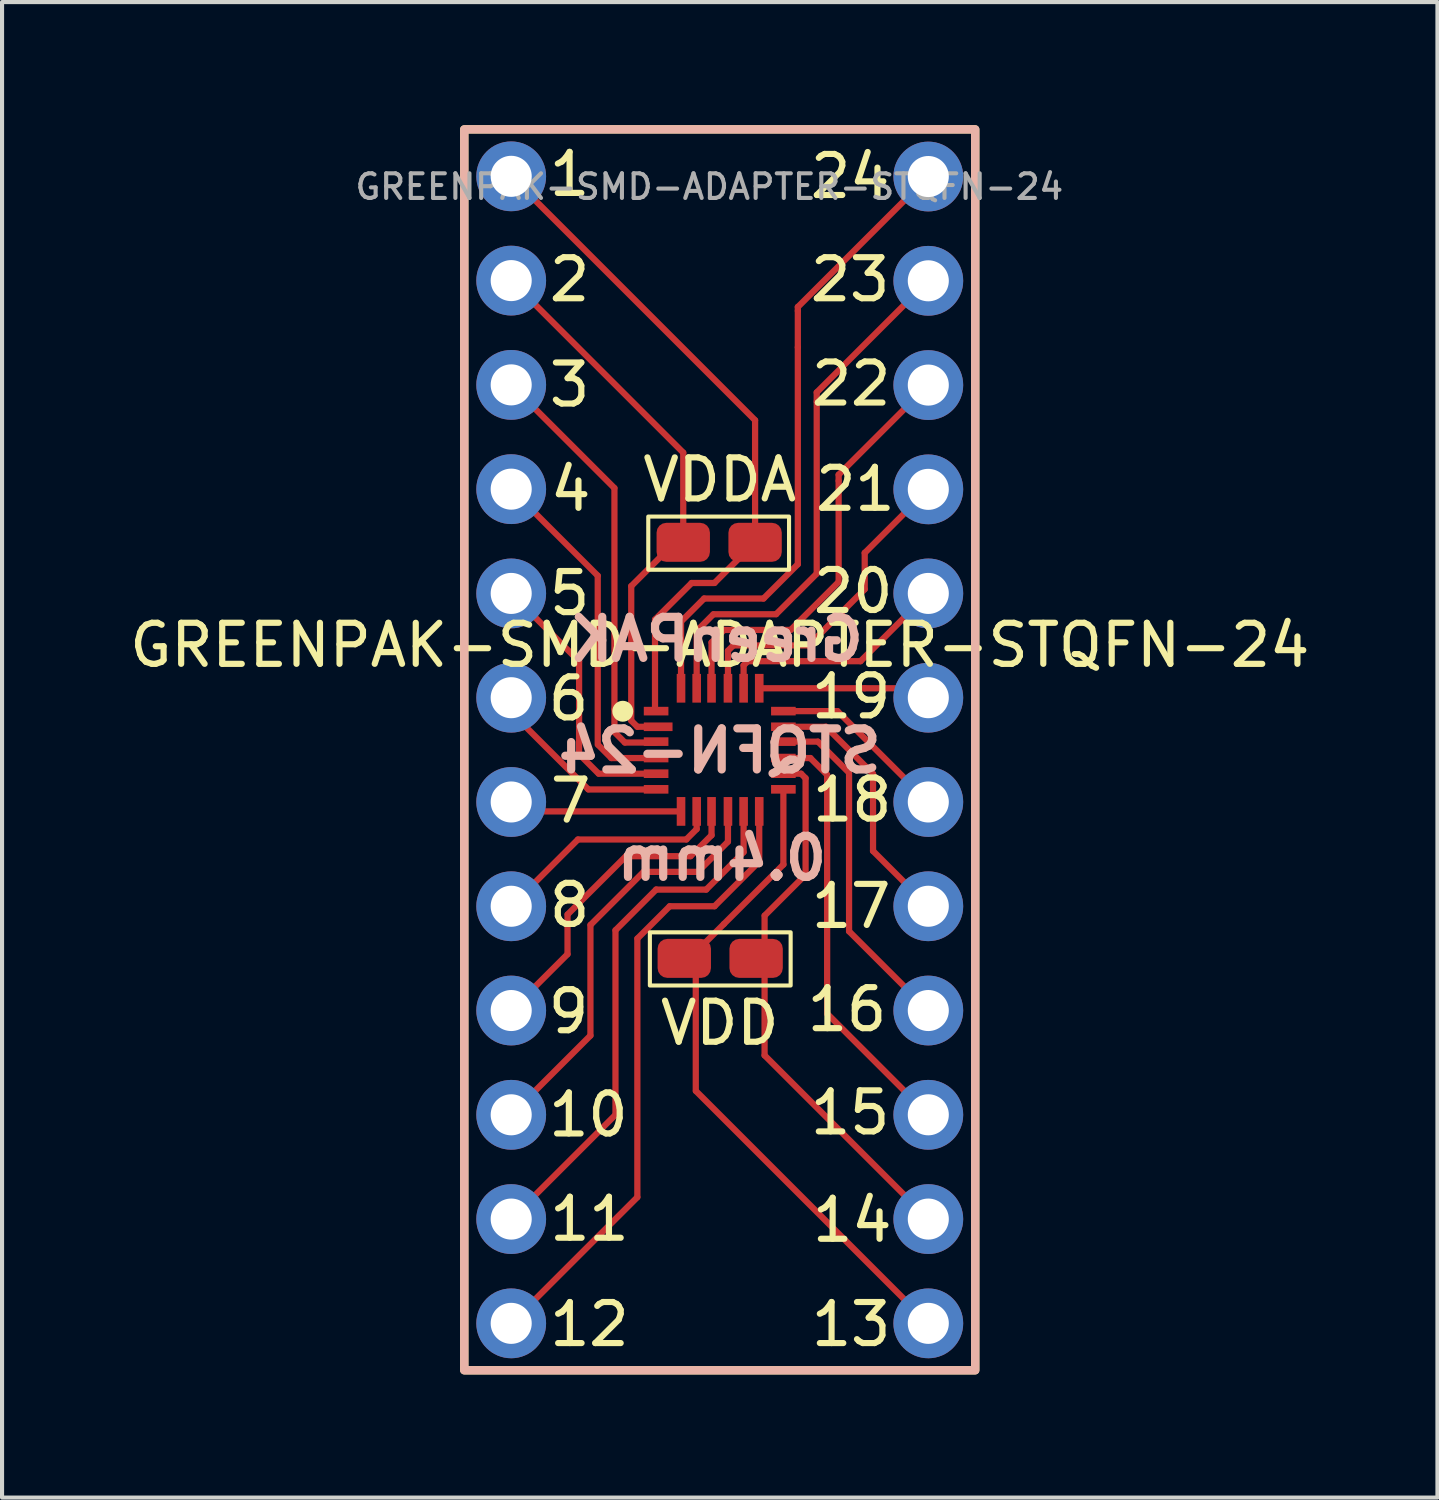
<source format=kicad_pcb>
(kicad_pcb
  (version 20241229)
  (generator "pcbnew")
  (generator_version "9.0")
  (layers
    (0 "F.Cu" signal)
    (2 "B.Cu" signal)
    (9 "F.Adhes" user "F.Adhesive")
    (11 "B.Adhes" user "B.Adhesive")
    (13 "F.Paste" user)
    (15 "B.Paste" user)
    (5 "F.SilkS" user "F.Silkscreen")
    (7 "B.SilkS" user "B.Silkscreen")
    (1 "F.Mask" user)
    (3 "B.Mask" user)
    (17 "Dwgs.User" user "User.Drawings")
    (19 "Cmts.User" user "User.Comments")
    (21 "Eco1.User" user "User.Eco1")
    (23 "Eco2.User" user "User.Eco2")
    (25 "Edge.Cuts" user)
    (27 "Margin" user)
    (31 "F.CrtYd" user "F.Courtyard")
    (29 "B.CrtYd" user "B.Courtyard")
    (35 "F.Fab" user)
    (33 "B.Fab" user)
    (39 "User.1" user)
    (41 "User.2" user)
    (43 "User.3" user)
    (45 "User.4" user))
  (footprint "GREENPAK-SMD-ADAPTER-STQFN-24"
    (layer "F.Cu")
    (at 14.482 15.215)
    (property "Reference" "GREENPAK-SMD-ADAPTER-STQFN-24" (at 0 -2.55 0) (layer "F.SilkS") (effects (font (size 1 1) (thickness 0.15))))
    (attr smd)
    (fp_line (start -5.328 -1.163) (end -3.203 0.962) (stroke (width 0.152) (type default)) (layer "F.Cu"))
    (fp_line (start -5.08 -13.97) (end 0.861 -8.029) (stroke (width 0.152) (type default)) (layer "F.Cu"))
    (fp_line (start -5.08 -11.43) (end -0.889 -7.239) (stroke (width 0.152) (type default)) (layer "F.Cu"))
    (fp_line (start -5.08 -8.89) (end -2.566 -6.376) (stroke (width 0.152) (type default)) (layer "F.Cu"))
    (fp_line (start -5.08 -6.35) (end -2.972 -4.242) (stroke (width 0.152) (type default)) (layer "F.Cu"))
    (fp_line (start -5.08 -3.81) (end -3.427 -2.157) (stroke (width 0.152) (type default)) (layer "F.Cu"))
    (fp_line (start -5.08 3.81) (end -3.454 2.184) (stroke (width 0.152) (type default)) (layer "F.Cu"))
    (fp_line (start -5.08 6.35) (end -3.708 4.978) (stroke (width 0.152) (type default)) (layer "F.Cu"))
    (fp_line (start -5.08 8.89) (end -3.15 6.96) (stroke (width 0.152) (type default)) (layer "F.Cu"))
    (fp_line (start -5.08 11.43) (end -2.54 8.89) (stroke (width 0.152) (type default)) (layer "F.Cu"))
    (fp_line (start -5.08 13.97) (end -2.007 10.897) (stroke (width 0.152) (type default)) (layer "F.Cu"))
    (fp_line (start -3.708 4.013) (end -3.708 4.978) (stroke (width 0.152) (type default)) (layer "F.Cu"))
    (fp_line (start -3.426 0.102) (end -3.426 -2.159) (stroke (width 0.152) (type default)) (layer "F.Cu"))
    (fp_line (start -3.2 0.965) (end -1.55 0.965) (stroke (width 0.152) (type default)) (layer "F.Cu"))
    (fp_line (start -3.15 4.267) (end -3.15 6.96) (stroke (width 0.152) (type default)) (layer "F.Cu"))
    (fp_line (start -2.972 -4.242) (end -2.972 -0.127) (stroke (width 0.152) (type default)) (layer "F.Cu"))
    (fp_line (start -2.951 0.58) (end -3.424 0.106) (stroke (width 0.152) (type default)) (layer "F.Cu"))
    (fp_line (start -2.642 0.2) (end -2.943 -0.102) (stroke (width 0.152) (type default)) (layer "F.Cu"))
    (fp_line (start -2.565 -6.375) (end -2.565 -0.991) (stroke (width 0.152) (type default)) (layer "F.Cu"))
    (fp_line (start -2.565 -0.991) (end -2.565 -0.432) (stroke (width 0.152) (type default)) (layer "F.Cu"))
    (fp_line (start -2.565 -0.432) (end -2.311 -0.178) (stroke (width 0.152) (type default)) (layer "F.Cu"))
    (fp_line (start -2.54 4.394) (end -2.54 8.89) (stroke (width 0.152) (type default)) (layer "F.Cu"))
    (fp_line (start -2.311 -0.178) (end -1.55 -0.178) (stroke (width 0.152) (type default)) (layer "F.Cu"))
    (fp_line (start -2.285 2.59) (end -3.704 4.008) (stroke (width 0.152) (type default)) (layer "F.Cu"))
    (fp_line (start -2.156 -3.988) (end -1.118 -5.026) (stroke (width 0.152) (type default)) (layer "F.Cu"))
    (fp_line (start -2.156 -0.711) (end -2.156 -3.988) (stroke (width 0.152) (type default)) (layer "F.Cu"))
    (fp_line (start -2.007 -0.562) (end -2.156 -0.711) (stroke (width 0.152) (type default)) (layer "F.Cu"))
    (fp_line (start -2.007 4.597) (end -2.007 10.897) (stroke (width 0.152) (type default)) (layer "F.Cu"))
    (fp_line (start -1.855 2.972) (end -3.147 4.264) (stroke (width 0.152) (type default)) (layer "F.Cu"))
    (fp_line (start -1.577 -3.175) (end -1.577 -1.048) (stroke (width 0.152) (type default)) (layer "F.Cu"))
    (fp_line (start -1.55 0.2) (end -2.642 0.2) (stroke (width 0.152) (type default)) (layer "F.Cu"))
    (fp_line (start -1.55 0.581) (end -2.946 0.581) (stroke (width 0.152) (type default)) (layer "F.Cu"))
    (fp_line (start -1.548 3.402) (end -2.539 4.394) (stroke (width 0.152) (type default)) (layer "F.Cu"))
    (fp_line (start -1.5 -0.562) (end -2.007 -0.562) (stroke (width 0.152) (type default)) (layer "F.Cu"))
    (fp_line (start -1.219 3.81) (end -2.004 4.595) (stroke (width 0.152) (type default)) (layer "F.Cu"))
    (fp_line (start -0.943 -3.124) (end -0.381 -3.686) (stroke (width 0.152) (type default)) (layer "F.Cu"))
    (fp_line (start -0.943 -1.5) (end -0.943 -3.124) (stroke (width 0.152) (type default)) (layer "F.Cu"))
    (fp_line (start -0.943 1.5) (end -5.08 1.5) (stroke (width 0.152) (type default)) (layer "F.Cu"))
    (fp_line (start -0.889 -5.055) (end -0.889 -7.239) (stroke (width 0.152) (type default)) (layer "F.Cu"))
    (fp_line (start -0.813 2.184) (end -3.454 2.184) (stroke (width 0.152) (type default)) (layer "F.Cu"))
    (fp_line (start -0.711 2.591) (end -2.286 2.591) (stroke (width 0.152) (type default)) (layer "F.Cu"))
    (fp_line (start -0.686 -4.063) (end -1.574 -3.176) (stroke (width 0.152) (type default)) (layer "F.Cu"))
    (fp_line (start -0.584 5.08) (end -0.584 8.306) (stroke (width 0.152) (type default)) (layer "F.Cu"))
    (fp_line (start -0.562 -2.896) (end -0.158 -3.3) (stroke (width 0.152) (type default)) (layer "F.Cu"))
    (fp_line (start -0.562 -1.5) (end -0.562 -2.896) (stroke (width 0.152) (type default)) (layer "F.Cu"))
    (fp_line (start -0.562 1.5) (end -0.562 1.93) (stroke (width 0.152) (type default)) (layer "F.Cu"))
    (fp_line (start -0.562 1.93) (end -0.813 2.181) (stroke (width 0.152) (type default)) (layer "F.Cu"))
    (fp_line (start -0.533 2.972) (end -1.854 2.972) (stroke (width 0.152) (type default)) (layer "F.Cu"))
    (fp_line (start -0.381 -3.686) (end 1.067 -3.686) (stroke (width 0.152) (type default)) (layer "F.Cu"))
    (fp_line (start -0.33 3.404) (end -1.549 3.404) (stroke (width 0.152) (type default)) (layer "F.Cu"))
    (fp_line (start -0.2 -2.616) (end 0.105 -2.921) (stroke (width 0.152) (type default)) (layer "F.Cu"))
    (fp_line (start -0.2 -1.5) (end -0.2 -2.616) (stroke (width 0.152) (type default)) (layer "F.Cu"))
    (fp_line (start -0.2 1.5) (end -0.2 2.083) (stroke (width 0.152) (type default)) (layer "F.Cu"))
    (fp_line (start -0.199 2.079) (end -0.711 2.59) (stroke (width 0.152) (type default)) (layer "F.Cu"))
    (fp_line (start -0.152 -3.302) (end 1.372 -3.302) (stroke (width 0.152) (type default)) (layer "F.Cu"))
    (fp_line (start -0.127 -4.064) (end -0.686 -4.064) (stroke (width 0.152) (type default)) (layer "F.Cu"))
    (fp_line (start -0.127 3.81) (end -1.219 3.81) (stroke (width 0.152) (type default)) (layer "F.Cu"))
    (fp_line (start 0.101 4.242) (end -0.559 4.902) (stroke (width 0.152) (type default)) (layer "F.Cu"))
    (fp_line (start 0.102 -2.921) (end 1.727 -2.921) (stroke (width 0.152) (type default)) (layer "F.Cu"))
    (fp_line (start 0.197 2.241) (end -0.53 2.968) (stroke (width 0.152) (type default)) (layer "F.Cu"))
    (fp_line (start 0.2 -2.413) (end 0.33 -2.543) (stroke (width 0.152) (type default)) (layer "F.Cu"))
    (fp_line (start 0.2 -1.5) (end 0.2 -2.413) (stroke (width 0.152) (type default)) (layer "F.Cu"))
    (fp_line (start 0.2 1.5) (end 0.2 2.235) (stroke (width 0.152) (type default)) (layer "F.Cu"))
    (fp_line (start 0.33 -2.543) (end 2.159 -2.543) (stroke (width 0.152) (type default)) (layer "F.Cu"))
    (fp_line (start 0.581 2.493) (end -0.33 3.404) (stroke (width 0.152) (type default)) (layer "F.Cu"))
    (fp_line (start 0.581 -2.057) (end 0.681 -2.157) (stroke (width 0.152) (type default)) (layer "F.Cu"))
    (fp_line (start 0.581 -1.5) (end 0.581 -2.057) (stroke (width 0.152) (type default)) (layer "F.Cu"))
    (fp_line (start 0.581 1.5) (end 0.581 2.489) (stroke (width 0.152) (type default)) (layer "F.Cu"))
    (fp_line (start 0.686 -2.159) (end 3.429 -2.159) (stroke (width 0.152) (type default)) (layer "F.Cu"))
    (fp_line (start 0.861 -5.055) (end -0.127 -4.067) (stroke (width 0.152) (type default)) (layer "F.Cu"))
    (fp_line (start 0.861 -5.055) (end 0.861 -8.026) (stroke (width 0.152) (type default)) (layer "F.Cu"))
    (fp_line (start 0.962 -1.5) (end 3.531 -1.5) (stroke (width 0.152) (type default)) (layer "F.Cu"))
    (fp_line (start 0.962 1.5) (end 0.962 2.718) (stroke (width 0.152) (type default)) (layer "F.Cu"))
    (fp_line (start 0.962 2.721) (end -0.126 3.809) (stroke (width 0.152) (type default)) (layer "F.Cu"))
    (fp_line (start 1.067 -3.686) (end 1.902 -4.521) (stroke (width 0.152) (type default)) (layer "F.Cu"))
    (fp_line (start 1.092 4.039) (end 1.092 7.442) (stroke (width 0.152) (type default)) (layer "F.Cu"))
    (fp_line (start 1.095 4.036) (end 2.09 3.041) (stroke (width 0.152) (type default)) (layer "F.Cu"))
    (fp_line (start 1.376 -3.307) (end 2.363 -4.293) (stroke (width 0.152) (type default)) (layer "F.Cu"))
    (fp_line (start 1.55 -0.562) (end 2.591 -0.562) (stroke (width 0.152) (type default)) (layer "F.Cu"))
    (fp_line (start 1.55 -0.2) (end 2.388 -0.2) (stroke (width 0.152) (type default)) (layer "F.Cu"))
    (fp_line (start 1.55 0.2) (end 2.21 0.2) (stroke (width 0.152) (type default)) (layer "F.Cu"))
    (fp_line (start 1.55 0.581) (end 1.981 0.581) (stroke (width 0.152) (type default)) (layer "F.Cu"))
    (fp_line (start 1.55 0.962) (end 1.55 2.794) (stroke (width 0.152) (type default)) (layer "F.Cu"))
    (fp_line (start 1.552 2.792) (end 0.101 4.242) (stroke (width 0.152) (type default)) (layer "F.Cu"))
    (fp_line (start 1.73 -2.923) (end 2.883 -4.077) (stroke (width 0.152) (type default)) (layer "F.Cu"))
    (fp_line (start 1.85 -0.943) (end 2.87 -0.943) (stroke (width 0.152) (type default)) (layer "F.Cu"))
    (fp_line (start 1.902 -10.693) (end 1.902 -10.79) (stroke (width 0.152) (type default)) (layer "F.Cu"))
    (fp_line (start 1.902 -9.804) (end 1.902 -10.693) (stroke (width 0.152) (type default)) (layer "F.Cu"))
    (fp_line (start 1.902 -4.521) (end 1.902 -9.804) (stroke (width 0.152) (type default)) (layer "F.Cu"))
    (fp_line (start 1.981 0.581) (end 2.091 0.691) (stroke (width 0.152) (type default)) (layer "F.Cu"))
    (fp_line (start 2.091 0.691) (end 2.091 3.041) (stroke (width 0.152) (type default)) (layer "F.Cu"))
    (fp_line (start 2.163 -2.544) (end 3.531 -3.912) (stroke (width 0.152) (type default)) (layer "F.Cu"))
    (fp_line (start 2.207 0.2) (end 2.616 0.609) (stroke (width 0.152) (type default)) (layer "F.Cu"))
    (fp_line (start 2.362 -8.484) (end 2.362 -8.707) (stroke (width 0.152) (type default)) (layer "F.Cu"))
    (fp_line (start 2.362 -4.293) (end 2.362 -8.484) (stroke (width 0.152) (type default)) (layer "F.Cu"))
    (fp_line (start 2.391 -0.2) (end 3.15 0.559) (stroke (width 0.152) (type default)) (layer "F.Cu"))
    (fp_line (start 2.585 -0.564) (end 3.732 0.583) (stroke (width 0.152) (type default)) (layer "F.Cu"))
    (fp_line (start 2.616 0.61) (end 2.616 6.426) (stroke (width 0.152) (type default)) (layer "F.Cu"))
    (fp_line (start 2.896 -6.553) (end 2.896 -6.701) (stroke (width 0.152) (type default)) (layer "F.Cu"))
    (fp_line (start 2.896 -4.089) (end 2.896 -6.553) (stroke (width 0.152) (type default)) (layer "F.Cu"))
    (fp_line (start 3.15 0.586) (end 3.15 4.42) (stroke (width 0.152) (type default)) (layer "F.Cu"))
    (fp_line (start 3.531 -3.912) (end 3.531 -4.801) (stroke (width 0.152) (type default)) (layer "F.Cu"))
    (fp_line (start 3.531 -1.5) (end 4.775 -1.5) (stroke (width 0.152) (type default)) (layer "F.Cu"))
    (fp_line (start 3.734 0.584) (end 3.734 2.464) (stroke (width 0.152) (type default)) (layer "F.Cu"))
    (fp_line (start 5.08 -13.965) (end 1.902 -10.787) (stroke (width 0.152) (type default)) (layer "F.Cu"))
    (fp_line (start 5.08 -11.425) (end 2.362 -8.707) (stroke (width 0.152) (type default)) (layer "F.Cu"))
    (fp_line (start 5.08 -8.885) (end 2.896 -6.701) (stroke (width 0.152) (type default)) (layer "F.Cu"))
    (fp_line (start 5.08 -6.345) (end 3.531 -4.796) (stroke (width 0.152) (type default)) (layer "F.Cu"))
    (fp_line (start 5.08 -3.81) (end 3.429 -2.159) (stroke (width 0.152) (type default)) (layer "F.Cu"))
    (fp_line (start 5.08 1.27) (end 2.87 -0.94) (stroke (width 0.152) (type default)) (layer "F.Cu"))
    (fp_line (start 5.08 3.81) (end 3.733 2.463) (stroke (width 0.152) (type default)) (layer "F.Cu"))
    (fp_line (start 5.08 6.35) (end 3.15 4.42) (stroke (width 0.152) (type default)) (layer "F.Cu"))
    (fp_line (start 5.08 8.89) (end 2.615 6.425) (stroke (width 0.152) (type default)) (layer "F.Cu"))
    (fp_line (start 5.08 11.43) (end 1.092 7.442) (stroke (width 0.152) (type default)) (layer "F.Cu"))
    (fp_line (start 5.08 13.97) (end -0.58 8.31) (stroke (width 0.152) (type default)) (layer "F.Cu"))
    (fp_rect (start -6.223 -15.113) (end 6.223 15.113) (stroke (width 0.203) (type solid)) (fill no) (layer "F.SilkS"))
    (fp_rect (start 1.688 -4.387) (end -1.741 -5.682) (stroke (width 0.1) (type default)) (fill no) (layer "F.SilkS"))
    (fp_rect (start 1.727 5.74) (end -1.702 4.445) (stroke (width 0.1) (type default)) (fill no) (layer "F.SilkS"))
    (fp_circle (center -2.362 -0.94) (end -2.112 -0.94) (stroke (width 0.01) (type solid)) (fill yes) (layer "F.SilkS"))
    (fp_rect (start -6.223 -15.113) (end 6.223 15.113) (stroke (width 0.203) (type solid)) (fill no) (layer "B.SilkS"))
    (fp_text user "VDDA" (at 0 -6.579 0) (unlocked yes) (layer "F.SilkS") (effects (font (size 1 1) (thickness 0.15))))
    (fp_text user "20" (at 3.251 -3.861 0) (unlocked yes) (layer "F.SilkS") (effects (font (size 1 1) (thickness 0.15))))
    (fp_text user "17" (at 3.2 3.81 0) (unlocked yes) (layer "F.SilkS") (effects (font (size 1 1) (thickness 0.15))))
    (fp_text user "5" (at -3.658 -3.81 0) (unlocked yes) (layer "F.SilkS") (effects (font (size 1 1) (thickness 0.15))))
    (fp_text user "VDD" (at 0 6.655 0) (unlocked yes) (layer "F.SilkS") (effects (font (size 1 1) (thickness 0.15))))
    (fp_text user "6" (at -3.683 -1.245 0) (unlocked yes) (layer "F.SilkS") (effects (font (size 1 1) (thickness 0.15))))
    (fp_text user "10" (at -3.2 8.89 0) (unlocked yes) (layer "F.SilkS") (effects (font (size 1 1) (thickness 0.15))))
    (fp_text user "3" (at -3.658 -8.89 0) (unlocked yes) (layer "F.SilkS") (effects (font (size 1 1) (thickness 0.15))))
    (fp_text user "23" (at 3.175 -11.455 0) (unlocked yes) (layer "F.SilkS") (effects (font (size 1 1) (thickness 0.15))))
    (fp_text user "1" (at -3.658 -14.021 0) (unlocked yes) (layer "F.SilkS") (effects (font (size 1 1) (thickness 0.15))))
    (fp_text user "9" (at -3.683 6.375 0) (unlocked yes) (layer "F.SilkS") (effects (font (size 1 1) (thickness 0.15))))
    (fp_text user "22" (at 3.2 -8.915 0) (unlocked yes) (layer "F.SilkS") (effects (font (size 1 1) (thickness 0.15))))
    (fp_text user "7" (at -3.632 1.245 0) (unlocked yes) (layer "F.SilkS") (effects (font (size 1 1) (thickness 0.15))))
    (fp_text user "4" (at -3.632 -6.35 0) (unlocked yes) (layer "F.SilkS") (effects (font (size 1 1) (thickness 0.15))))
    (fp_text user "14" (at 3.226 11.455 0) (unlocked yes) (layer "F.SilkS") (effects (font (size 1 1) (thickness 0.15))))
    (fp_text user "12" (at -3.175 13.995 0) (unlocked yes) (layer "F.SilkS") (effects (font (size 1 1) (thickness 0.15))))
    (fp_text user "19" (at 3.2 -1.295 0) (unlocked yes) (layer "F.SilkS") (effects (font (size 1 1) (thickness 0.15))))
    (fp_text user "11" (at -3.175 11.43 0) (unlocked yes) (layer "F.SilkS") (effects (font (size 1 1) (thickness 0.15))))
    (fp_text user "13" (at 3.2 13.995 0) (unlocked yes) (layer "F.SilkS") (effects (font (size 1 1) (thickness 0.15))))
    (fp_text user "15" (at 3.175 8.839 0) (unlocked yes) (layer "F.SilkS") (effects (font (size 1 1) (thickness 0.15))))
    (fp_text user "24" (at 3.175 -13.97 0) (unlocked yes) (layer "F.SilkS") (effects (font (size 1 1) (thickness 0.15))))
    (fp_text user "21" (at 3.302 -6.35 0) (unlocked yes) (layer "F.SilkS") (effects (font (size 1 1) (thickness 0.15))))
    (fp_text user "8" (at -3.658 3.785 0) (unlocked yes) (layer "F.SilkS") (effects (font (size 1 1) (thickness 0.15))))
    (fp_text user "18" (at 3.226 1.219 0) (unlocked yes) (layer "F.SilkS") (effects (font (size 1 1) (thickness 0.15))))
    (fp_text user "16" (at 3.099 6.325 0) (unlocked yes) (layer "F.SilkS") (effects (font (size 1 1) (thickness 0.15))))
    (fp_text user "2" (at -3.658 -11.455 0) (unlocked yes) (layer "F.SilkS") (effects (font (size 1 1) (thickness 0.15))))
    (fp_text user "0.4mm" (at 0.051 2.642 0) (unlocked yes) (layer "B.SilkS") (effects (font (size 1 1) (thickness 0.2) (bold yes)) (justify mirror)))
    (fp_text user "STQFN-24" (at 0 0.025 0) (unlocked yes) (layer "B.SilkS") (effects (font (size 1 1) (thickness 0.2) (bold yes)) (justify mirror)))
    (fp_text user "GreenPAK" (at -0.076 -2.692 0) (unlocked yes) (layer "B.SilkS") (effects (font (size 1 1) (thickness 0.2) (bold yes)) (justify mirror)))
    (fp_text user "${REFERENCE}" (at -0.254 -13.716 0) (layer "F.Fab") (effects (font (size 0.6 0.6) (thickness 0.1))))
    (pad "1" thru_hole circle (at -5.08 -13.97) (size 1.7 1.7) (drill 1) (layers "*.Cu" "*.Mask"))
    (pad "1" smd rect (at -1.55 -0.943) (size 0.6 0.21) (layers "F.Cu" "F.Mask" "F.Paste"))
    (pad "1" smd roundrect (at 0.861 -5.055 180) (size 1.3 0.95) (layers "F.Cu" "F.Mask" "F.Paste") (roundrect_rratio 0.25))
    (pad "2" thru_hole circle (at -5.08 -11.43) (size 1.7 1.7) (drill 1) (layers "*.Cu" "*.Mask"))
    (pad "2" smd rect (at -1.5 -0.562) (size 0.7 0.21) (layers "F.Cu" "F.Mask" "F.Paste"))
    (pad "2" smd roundrect (at -0.889 -5.055 180) (size 1.3 0.95) (layers "F.Cu" "F.Mask" "F.Paste") (roundrect_rratio 0.25))
    (pad "3" thru_hole circle (at -5.08 -8.89) (size 1.7 1.7) (drill 1) (layers "*.Cu" "*.Mask"))
    (pad "3" smd rect (at -1.55 -0.2) (size 0.6 0.21) (layers "F.Cu" "F.Mask" "F.Paste"))
    (pad "4" thru_hole circle (at -5.08 -6.35) (size 1.7 1.7) (drill 1) (layers "*.Cu" "*.Mask"))
    (pad "4" smd rect (at -1.55 0.2) (size 0.6 0.21) (layers "F.Cu" "F.Mask" "F.Paste"))
    (pad "5" thru_hole circle (at -5.08 -3.81) (size 1.7 1.7) (drill 1) (layers "*.Cu" "*.Mask"))
    (pad "5" smd rect (at -1.55 0.581) (size 0.6 0.21) (layers "F.Cu" "F.Mask" "F.Paste"))
    (pad "6" thru_hole circle (at -5.08 -1.27) (size 1.7 1.7) (drill 1) (layers "*.Cu" "*.Mask"))
    (pad "6" smd rect (at -1.55 0.962) (size 0.6 0.21) (layers "F.Cu" "F.Mask" "F.Paste"))
    (pad "7" thru_hole circle (at -5.08 1.27) (size 1.7 1.7) (drill 1) (layers "*.Cu" "*.Mask"))
    (pad "7" smd rect (at -0.943 1.5 90) (size 0.7 0.21) (layers "F.Cu" "F.Mask" "F.Paste"))
    (pad "8" thru_hole circle (at -5.08 3.81) (size 1.7 1.7) (drill 1) (layers "*.Cu" "*.Mask"))
    (pad "8" smd rect (at -0.562 1.5 90) (size 0.7 0.21) (layers "F.Cu" "F.Mask" "F.Paste"))
    (pad "9" thru_hole circle (at -5.08 6.35) (size 1.7 1.7) (drill 1) (layers "*.Cu" "*.Mask"))
    (pad "9" smd rect (at -0.2 1.5 90) (size 0.7 0.21) (layers "F.Cu" "F.Mask" "F.Paste"))
    (pad "10" thru_hole circle (at -5.08 8.89) (size 1.7 1.7) (drill 1) (layers "*.Cu" "*.Mask"))
    (pad "10" smd rect (at 0.2 1.5 90) (size 0.7 0.21) (layers "F.Cu" "F.Mask" "F.Paste"))
    (pad "11" thru_hole circle (at -5.08 11.43) (size 1.7 1.7) (drill 1) (layers "*.Cu" "*.Mask"))
    (pad "11" smd rect (at 0.581 1.5 90) (size 0.7 0.21) (layers "F.Cu" "F.Mask" "F.Paste"))
    (pad "12" thru_hole circle (at -5.08 13.97) (size 1.7 1.7) (drill 1) (layers "*.Cu" "*.Mask"))
    (pad "12" smd rect (at 0.962 1.5 90) (size 0.7 0.21) (layers "F.Cu" "F.Mask" "F.Paste"))
    (pad "13" smd roundrect (at -0.864 5.08 180) (size 1.3 0.95) (layers "F.Cu" "F.Mask" "F.Paste") (roundrect_rratio 0.25))
    (pad "13" smd rect (at 1.55 0.962) (size 0.6 0.21) (layers "F.Cu" "F.Mask" "F.Paste"))
    (pad "13" thru_hole circle (at 5.08 13.97) (size 1.7 1.7) (drill 1) (layers "*.Cu" "*.Mask"))
    (pad "14" smd roundrect (at 0.886 5.08 180) (size 1.3 0.95) (layers "F.Cu" "F.Mask" "F.Paste") (roundrect_rratio 0.25))
    (pad "14" smd rect (at 1.55 0.581) (size 0.6 0.21) (layers "F.Cu" "F.Mask" "F.Paste"))
    (pad "14" thru_hole circle (at 5.08 11.43) (size 1.7 1.7) (drill 1) (layers "*.Cu" "*.Mask"))
    (pad "15" smd rect (at 1.55 0.2) (size 0.6 0.21) (layers "F.Cu" "F.Mask" "F.Paste"))
    (pad "15" thru_hole circle (at 5.08 8.89) (size 1.7 1.7) (drill 1) (layers "*.Cu" "*.Mask"))
    (pad "16" smd rect (at 1.55 -0.2) (size 0.6 0.21) (layers "F.Cu" "F.Mask" "F.Paste"))
    (pad "16" thru_hole circle (at 5.08 6.35) (size 1.7 1.7) (drill 1) (layers "*.Cu" "*.Mask"))
    (pad "17" smd rect (at 1.55 -0.562) (size 0.6 0.21) (layers "F.Cu" "F.Mask" "F.Paste"))
    (pad "17" thru_hole circle (at 5.08 3.81) (size 1.7 1.7) (drill 1) (layers "*.Cu" "*.Mask"))
    (pad "18" smd rect (at 1.55 -0.943) (size 0.6 0.21) (layers "F.Cu" "F.Mask" "F.Paste"))
    (pad "18" thru_hole circle (at 5.08 1.27) (size 1.7 1.7) (drill 1) (layers "*.Cu" "*.Mask"))
    (pad "19" smd rect (at 0.962 -1.5 90) (size 0.7 0.21) (layers "F.Cu" "F.Mask" "F.Paste"))
    (pad "19" thru_hole circle (at 5.08 -1.27) (size 1.7 1.7) (drill 1) (layers "*.Cu" "*.Mask"))
    (pad "20" smd rect (at 0.581 -1.5 90) (size 0.7 0.21) (layers "F.Cu" "F.Mask" "F.Paste"))
    (pad "20" thru_hole circle (at 5.08 -3.81) (size 1.7 1.7) (drill 1) (layers "*.Cu" "*.Mask"))
    (pad "21" smd rect (at 0.2 -1.5 90) (size 0.7 0.21) (layers "F.Cu" "F.Mask" "F.Paste"))
    (pad "21" thru_hole circle (at 5.08 -6.345) (size 1.7 1.7) (drill 1) (layers "*.Cu" "*.Mask"))
    (pad "22" smd rect (at -0.2 -1.5 90) (size 0.7 0.21) (layers "F.Cu" "F.Mask" "F.Paste"))
    (pad "22" thru_hole circle (at 5.08 -8.885) (size 1.7 1.7) (drill 1) (layers "*.Cu" "*.Mask"))
    (pad "23" smd rect (at -0.562 -1.5 90) (size 0.7 0.21) (layers "F.Cu" "F.Mask" "F.Paste"))
    (pad "23" thru_hole circle (at 5.08 -11.425) (size 1.7 1.7) (drill 1) (layers "*.Cu" "*.Mask"))
    (pad "24" smd rect (at -0.943 -1.5 90) (size 0.7 0.21) (layers "F.Cu" "F.Mask" "F.Paste"))
    (pad "24" thru_hole circle (at 5.08 -13.965) (size 1.7 1.7) (drill 1) (layers "*.Cu" "*.Mask")))
  (gr_rect
    (start -3 -3)
    (end 31.964 33.429)
    (stroke (width 0.1) (type default))
    (fill no)
    (layer "Edge.Cuts")))
</source>
